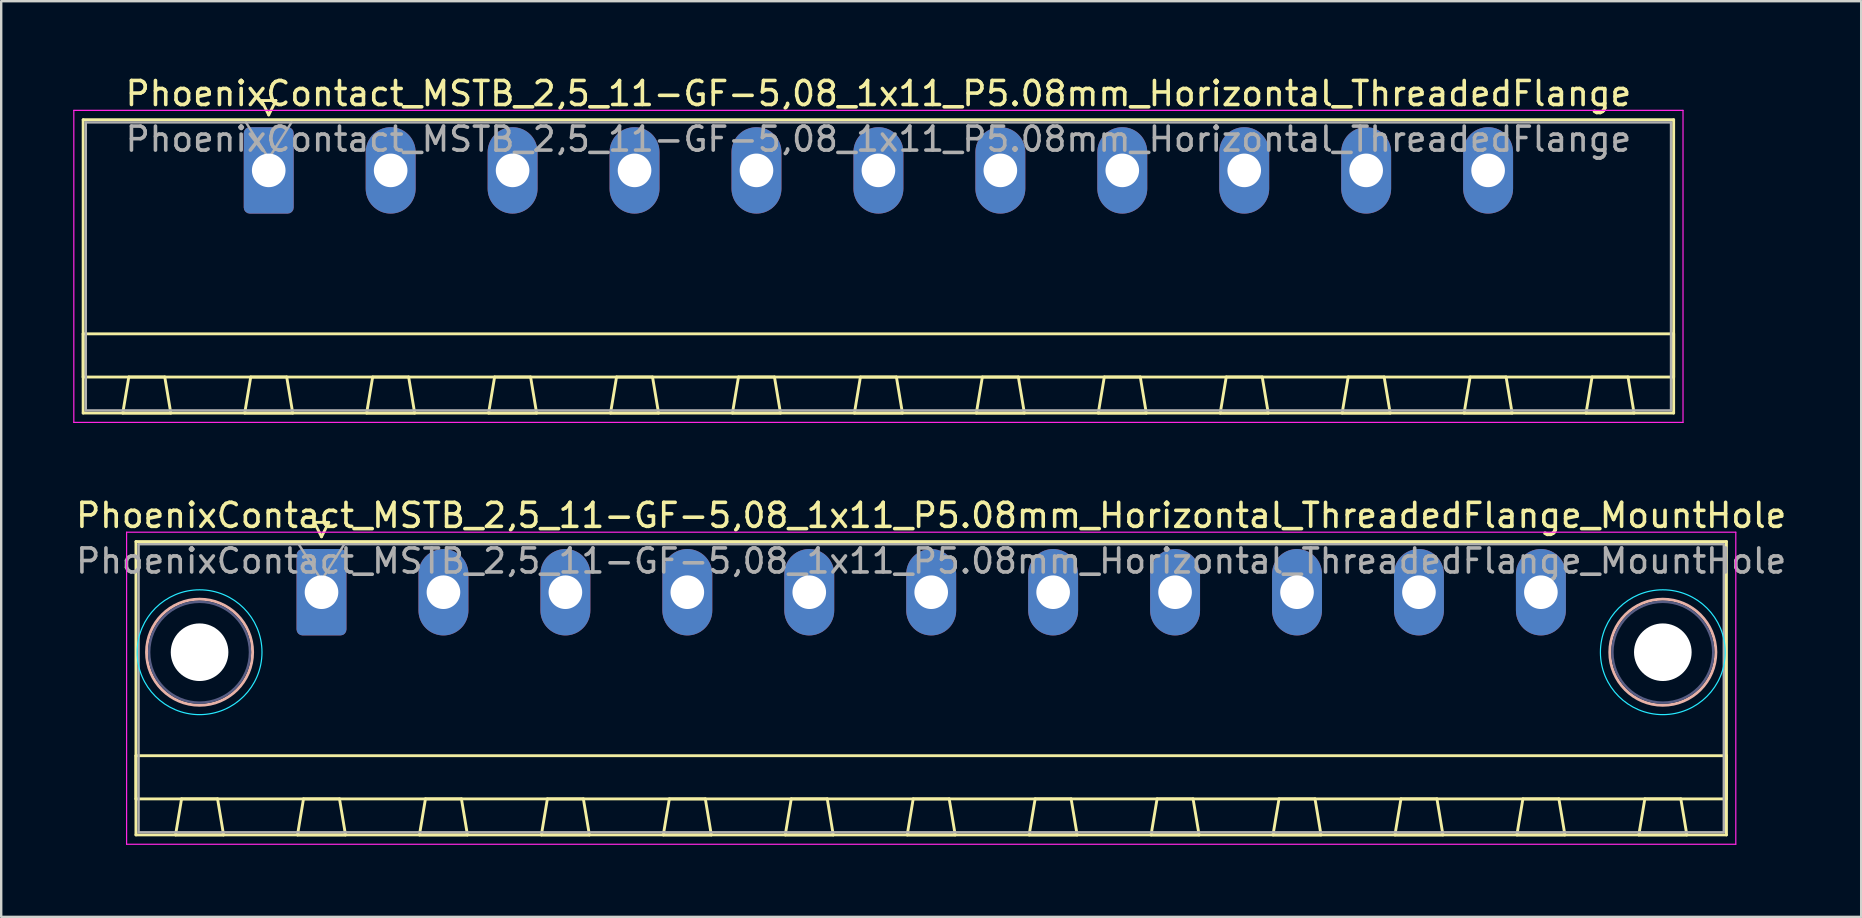
<source format=kicad_pcb>
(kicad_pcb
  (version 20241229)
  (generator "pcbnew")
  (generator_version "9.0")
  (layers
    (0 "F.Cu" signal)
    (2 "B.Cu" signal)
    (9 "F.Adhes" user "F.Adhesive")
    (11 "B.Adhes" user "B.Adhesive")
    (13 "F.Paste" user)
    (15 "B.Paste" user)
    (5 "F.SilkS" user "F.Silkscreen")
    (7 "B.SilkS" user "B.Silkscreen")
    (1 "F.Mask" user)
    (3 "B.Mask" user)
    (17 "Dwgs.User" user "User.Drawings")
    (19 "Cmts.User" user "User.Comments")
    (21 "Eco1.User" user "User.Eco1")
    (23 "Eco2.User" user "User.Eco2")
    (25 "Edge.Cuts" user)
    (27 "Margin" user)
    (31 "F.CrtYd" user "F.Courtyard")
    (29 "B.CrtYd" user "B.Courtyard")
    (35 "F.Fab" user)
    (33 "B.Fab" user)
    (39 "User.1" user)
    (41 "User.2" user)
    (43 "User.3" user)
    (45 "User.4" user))
  (footprint "PhoenixContact_MSTB_2,5_11-GF-5,08_1x11_P5.08mm_Horizontal_ThreadedFlange"
    (layer "F.Cu")
    (at 8.145 4.048)
    (property "Reference" "PhoenixContact_MSTB_2,5_11-GF-5,08_1x11_P5.08mm_Horizontal_ThreadedFlange" (at 25.4 -3.2 0) (layer "F.SilkS") (effects (font (size 1 1) (thickness 0.15))))
    (attr through_hole)
    (fp_line (start -7.73 -2.11) (end -7.73 10.11) (stroke (width 0.12) (type solid)) (layer "F.SilkS"))
    (fp_line (start -7.73 6.81) (end 58.53 6.81) (stroke (width 0.12) (type solid)) (layer "F.SilkS"))
    (fp_line (start -7.73 8.61) (end -7.73 6.81) (stroke (width 0.12) (type solid)) (layer "F.SilkS"))
    (fp_line (start -7.73 10.11) (end 58.53 10.11) (stroke (width 0.12) (type solid)) (layer "F.SilkS"))
    (fp_line (start -6.08 10.11) (end -4.08 10.11) (stroke (width 0.12) (type solid)) (layer "F.SilkS"))
    (fp_line (start -5.83 8.61) (end -6.08 10.11) (stroke (width 0.12) (type solid)) (layer "F.SilkS"))
    (fp_line (start -4.33 8.61) (end -5.83 8.61) (stroke (width 0.12) (type solid)) (layer "F.SilkS"))
    (fp_line (start -4.08 10.11) (end -4.33 8.61) (stroke (width 0.12) (type solid)) (layer "F.SilkS"))
    (fp_line (start -1 10.11) (end 1 10.11) (stroke (width 0.12) (type solid)) (layer "F.SilkS"))
    (fp_line (start -0.75 8.61) (end -1 10.11) (stroke (width 0.12) (type solid)) (layer "F.SilkS"))
    (fp_line (start -0.3 -2.91) (end 0.3 -2.91) (stroke (width 0.12) (type solid)) (layer "F.SilkS"))
    (fp_line (start 0 -2.31) (end -0.3 -2.91) (stroke (width 0.12) (type solid)) (layer "F.SilkS"))
    (fp_line (start 0.3 -2.91) (end 0 -2.31) (stroke (width 0.12) (type solid)) (layer "F.SilkS"))
    (fp_line (start 0.75 8.61) (end -0.75 8.61) (stroke (width 0.12) (type solid)) (layer "F.SilkS"))
    (fp_line (start 1 10.11) (end 0.75 8.61) (stroke (width 0.12) (type solid)) (layer "F.SilkS"))
    (fp_line (start 4.08 10.11) (end 6.08 10.11) (stroke (width 0.12) (type solid)) (layer "F.SilkS"))
    (fp_line (start 4.33 8.61) (end 4.08 10.11) (stroke (width 0.12) (type solid)) (layer "F.SilkS"))
    (fp_line (start 5.83 8.61) (end 4.33 8.61) (stroke (width 0.12) (type solid)) (layer "F.SilkS"))
    (fp_line (start 6.08 10.11) (end 5.83 8.61) (stroke (width 0.12) (type solid)) (layer "F.SilkS"))
    (fp_line (start 9.16 10.11) (end 11.16 10.11) (stroke (width 0.12) (type solid)) (layer "F.SilkS"))
    (fp_line (start 9.41 8.61) (end 9.16 10.11) (stroke (width 0.12) (type solid)) (layer "F.SilkS"))
    (fp_line (start 10.91 8.61) (end 9.41 8.61) (stroke (width 0.12) (type solid)) (layer "F.SilkS"))
    (fp_line (start 11.16 10.11) (end 10.91 8.61) (stroke (width 0.12) (type solid)) (layer "F.SilkS"))
    (fp_line (start 14.24 10.11) (end 16.24 10.11) (stroke (width 0.12) (type solid)) (layer "F.SilkS"))
    (fp_line (start 14.49 8.61) (end 14.24 10.11) (stroke (width 0.12) (type solid)) (layer "F.SilkS"))
    (fp_line (start 15.99 8.61) (end 14.49 8.61) (stroke (width 0.12) (type solid)) (layer "F.SilkS"))
    (fp_line (start 16.24 10.11) (end 15.99 8.61) (stroke (width 0.12) (type solid)) (layer "F.SilkS"))
    (fp_line (start 19.32 10.11) (end 21.32 10.11) (stroke (width 0.12) (type solid)) (layer "F.SilkS"))
    (fp_line (start 19.57 8.61) (end 19.32 10.11) (stroke (width 0.12) (type solid)) (layer "F.SilkS"))
    (fp_line (start 21.07 8.61) (end 19.57 8.61) (stroke (width 0.12) (type solid)) (layer "F.SilkS"))
    (fp_line (start 21.32 10.11) (end 21.07 8.61) (stroke (width 0.12) (type solid)) (layer "F.SilkS"))
    (fp_line (start 24.4 10.11) (end 26.4 10.11) (stroke (width 0.12) (type solid)) (layer "F.SilkS"))
    (fp_line (start 24.65 8.61) (end 24.4 10.11) (stroke (width 0.12) (type solid)) (layer "F.SilkS"))
    (fp_line (start 26.15 8.61) (end 24.65 8.61) (stroke (width 0.12) (type solid)) (layer "F.SilkS"))
    (fp_line (start 26.4 10.11) (end 26.15 8.61) (stroke (width 0.12) (type solid)) (layer "F.SilkS"))
    (fp_line (start 29.48 10.11) (end 31.48 10.11) (stroke (width 0.12) (type solid)) (layer "F.SilkS"))
    (fp_line (start 29.73 8.61) (end 29.48 10.11) (stroke (width 0.12) (type solid)) (layer "F.SilkS"))
    (fp_line (start 31.23 8.61) (end 29.73 8.61) (stroke (width 0.12) (type solid)) (layer "F.SilkS"))
    (fp_line (start 31.48 10.11) (end 31.23 8.61) (stroke (width 0.12) (type solid)) (layer "F.SilkS"))
    (fp_line (start 34.56 10.11) (end 36.56 10.11) (stroke (width 0.12) (type solid)) (layer "F.SilkS"))
    (fp_line (start 34.81 8.61) (end 34.56 10.11) (stroke (width 0.12) (type solid)) (layer "F.SilkS"))
    (fp_line (start 36.31 8.61) (end 34.81 8.61) (stroke (width 0.12) (type solid)) (layer "F.SilkS"))
    (fp_line (start 36.56 10.11) (end 36.31 8.61) (stroke (width 0.12) (type solid)) (layer "F.SilkS"))
    (fp_line (start 39.64 10.11) (end 41.64 10.11) (stroke (width 0.12) (type solid)) (layer "F.SilkS"))
    (fp_line (start 39.89 8.61) (end 39.64 10.11) (stroke (width 0.12) (type solid)) (layer "F.SilkS"))
    (fp_line (start 41.39 8.61) (end 39.89 8.61) (stroke (width 0.12) (type solid)) (layer "F.SilkS"))
    (fp_line (start 41.64 10.11) (end 41.39 8.61) (stroke (width 0.12) (type solid)) (layer "F.SilkS"))
    (fp_line (start 44.72 10.11) (end 46.72 10.11) (stroke (width 0.12) (type solid)) (layer "F.SilkS"))
    (fp_line (start 44.97 8.61) (end 44.72 10.11) (stroke (width 0.12) (type solid)) (layer "F.SilkS"))
    (fp_line (start 46.47 8.61) (end 44.97 8.61) (stroke (width 0.12) (type solid)) (layer "F.SilkS"))
    (fp_line (start 46.72 10.11) (end 46.47 8.61) (stroke (width 0.12) (type solid)) (layer "F.SilkS"))
    (fp_line (start 49.8 10.11) (end 51.8 10.11) (stroke (width 0.12) (type solid)) (layer "F.SilkS"))
    (fp_line (start 50.05 8.61) (end 49.8 10.11) (stroke (width 0.12) (type solid)) (layer "F.SilkS"))
    (fp_line (start 51.55 8.61) (end 50.05 8.61) (stroke (width 0.12) (type solid)) (layer "F.SilkS"))
    (fp_line (start 51.8 10.11) (end 51.55 8.61) (stroke (width 0.12) (type solid)) (layer "F.SilkS"))
    (fp_line (start 54.88 10.11) (end 56.88 10.11) (stroke (width 0.12) (type solid)) (layer "F.SilkS"))
    (fp_line (start 55.13 8.61) (end 54.88 10.11) (stroke (width 0.12) (type solid)) (layer "F.SilkS"))
    (fp_line (start 56.63 8.61) (end 55.13 8.61) (stroke (width 0.12) (type solid)) (layer "F.SilkS"))
    (fp_line (start 56.88 10.11) (end 56.63 8.61) (stroke (width 0.12) (type solid)) (layer "F.SilkS"))
    (fp_line (start 58.53 -2.11) (end -7.73 -2.11) (stroke (width 0.12) (type solid)) (layer "F.SilkS"))
    (fp_line (start 58.53 6.81) (end 58.53 8.61) (stroke (width 0.12) (type solid)) (layer "F.SilkS"))
    (fp_line (start 58.53 8.61) (end -7.73 8.61) (stroke (width 0.12) (type solid)) (layer "F.SilkS"))
    (fp_line (start 58.53 10.11) (end 58.53 -2.11) (stroke (width 0.12) (type solid)) (layer "F.SilkS"))
    (fp_line (start -8.12 -2.5) (end -8.12 10.5) (stroke (width 0.05) (type solid)) (layer "F.CrtYd"))
    (fp_line (start -8.12 10.5) (end 58.92 10.5) (stroke (width 0.05) (type solid)) (layer "F.CrtYd"))
    (fp_line (start 58.92 -2.5) (end -8.12 -2.5) (stroke (width 0.05) (type solid)) (layer "F.CrtYd"))
    (fp_line (start 58.92 10.5) (end 58.92 -2.5) (stroke (width 0.05) (type solid)) (layer "F.CrtYd"))
    (fp_line (start -7.62 -2) (end -7.62 10) (stroke (width 0.1) (type solid)) (layer "F.Fab"))
    (fp_line (start -7.62 10) (end 58.42 10) (stroke (width 0.1) (type solid)) (layer "F.Fab"))
    (fp_line (start 0 -0.5) (end -0.95 -2) (stroke (width 0.1) (type solid)) (layer "F.Fab"))
    (fp_line (start 0.95 -2) (end 0 -0.5) (stroke (width 0.1) (type solid)) (layer "F.Fab"))
    (fp_line (start 58.42 -2) (end -7.62 -2) (stroke (width 0.1) (type solid)) (layer "F.Fab"))
    (fp_line (start 58.42 10) (end 58.42 -2) (stroke (width 0.1) (type solid)) (layer "F.Fab"))
    (fp_text user "${REFERENCE}" (at 25.4 -1.3 0) (layer "F.Fab") (effects (font (size 1 1) (thickness 0.15))))
    (pad "1" thru_hole roundrect (at 0 0) (size 2.08 3.6) (drill 1.4) (layers "*.Cu" "*.Mask") (roundrect_rratio 0.12))
    (pad "2" thru_hole oval (at 5.08 0) (size 2.08 3.6) (drill 1.4) (layers "*.Cu" "*.Mask"))
    (pad "3" thru_hole oval (at 10.16 0) (size 2.08 3.6) (drill 1.4) (layers "*.Cu" "*.Mask"))
    (pad "4" thru_hole oval (at 15.24 0) (size 2.08 3.6) (drill 1.4) (layers "*.Cu" "*.Mask"))
    (pad "5" thru_hole oval (at 20.32 0) (size 2.08 3.6) (drill 1.4) (layers "*.Cu" "*.Mask"))
    (pad "6" thru_hole oval (at 25.4 0) (size 2.08 3.6) (drill 1.4) (layers "*.Cu" "*.Mask"))
    (pad "7" thru_hole oval (at 30.48 0) (size 2.08 3.6) (drill 1.4) (layers "*.Cu" "*.Mask"))
    (pad "8" thru_hole oval (at 35.56 0) (size 2.08 3.6) (drill 1.4) (layers "*.Cu" "*.Mask"))
    (pad "9" thru_hole oval (at 40.64 0) (size 2.08 3.6) (drill 1.4) (layers "*.Cu" "*.Mask"))
    (pad "10" thru_hole oval (at 45.72 0) (size 2.08 3.6) (drill 1.4) (layers "*.Cu" "*.Mask"))
    (pad "11" thru_hole oval (at 50.8 0) (size 2.08 3.6) (drill 1.4) (layers "*.Cu" "*.Mask")))
  (footprint "PhoenixContact_MSTB_2,5_11-GF-5,08_1x11_P5.08mm_Horizontal_ThreadedFlange_MountHole"
    (layer "F.Cu")
    (at 10.344 21.622)
    (property "Reference" "PhoenixContact_MSTB_2,5_11-GF-5,08_1x11_P5.08mm_Horizontal_ThreadedFlange_MountHole" (at 25.4 -3.2 0) (layer "F.SilkS") (effects (font (size 1 1) (thickness 0.15))))
    (attr through_hole)
    (fp_line (start -7.73 -2.11) (end -7.73 10.11) (stroke (width 0.12) (type solid)) (layer "F.SilkS"))
    (fp_line (start -7.73 6.81) (end 58.53 6.81) (stroke (width 0.12) (type solid)) (layer "F.SilkS"))
    (fp_line (start -7.73 8.61) (end -7.73 6.81) (stroke (width 0.12) (type solid)) (layer "F.SilkS"))
    (fp_line (start -7.73 10.11) (end 58.53 10.11) (stroke (width 0.12) (type solid)) (layer "F.SilkS"))
    (fp_line (start -6.08 10.11) (end -4.08 10.11) (stroke (width 0.12) (type solid)) (layer "F.SilkS"))
    (fp_line (start -5.83 8.61) (end -6.08 10.11) (stroke (width 0.12) (type solid)) (layer "F.SilkS"))
    (fp_line (start -4.33 8.61) (end -5.83 8.61) (stroke (width 0.12) (type solid)) (layer "F.SilkS"))
    (fp_line (start -4.08 10.11) (end -4.33 8.61) (stroke (width 0.12) (type solid)) (layer "F.SilkS"))
    (fp_line (start -1 10.11) (end 1 10.11) (stroke (width 0.12) (type solid)) (layer "F.SilkS"))
    (fp_line (start -0.75 8.61) (end -1 10.11) (stroke (width 0.12) (type solid)) (layer "F.SilkS"))
    (fp_line (start -0.3 -2.91) (end 0.3 -2.91) (stroke (width 0.12) (type solid)) (layer "F.SilkS"))
    (fp_line (start 0 -2.31) (end -0.3 -2.91) (stroke (width 0.12) (type solid)) (layer "F.SilkS"))
    (fp_line (start 0.3 -2.91) (end 0 -2.31) (stroke (width 0.12) (type solid)) (layer "F.SilkS"))
    (fp_line (start 0.75 8.61) (end -0.75 8.61) (stroke (width 0.12) (type solid)) (layer "F.SilkS"))
    (fp_line (start 1 10.11) (end 0.75 8.61) (stroke (width 0.12) (type solid)) (layer "F.SilkS"))
    (fp_line (start 4.08 10.11) (end 6.08 10.11) (stroke (width 0.12) (type solid)) (layer "F.SilkS"))
    (fp_line (start 4.33 8.61) (end 4.08 10.11) (stroke (width 0.12) (type solid)) (layer "F.SilkS"))
    (fp_line (start 5.83 8.61) (end 4.33 8.61) (stroke (width 0.12) (type solid)) (layer "F.SilkS"))
    (fp_line (start 6.08 10.11) (end 5.83 8.61) (stroke (width 0.12) (type solid)) (layer "F.SilkS"))
    (fp_line (start 9.16 10.11) (end 11.16 10.11) (stroke (width 0.12) (type solid)) (layer "F.SilkS"))
    (fp_line (start 9.41 8.61) (end 9.16 10.11) (stroke (width 0.12) (type solid)) (layer "F.SilkS"))
    (fp_line (start 10.91 8.61) (end 9.41 8.61) (stroke (width 0.12) (type solid)) (layer "F.SilkS"))
    (fp_line (start 11.16 10.11) (end 10.91 8.61) (stroke (width 0.12) (type solid)) (layer "F.SilkS"))
    (fp_line (start 14.24 10.11) (end 16.24 10.11) (stroke (width 0.12) (type solid)) (layer "F.SilkS"))
    (fp_line (start 14.49 8.61) (end 14.24 10.11) (stroke (width 0.12) (type solid)) (layer "F.SilkS"))
    (fp_line (start 15.99 8.61) (end 14.49 8.61) (stroke (width 0.12) (type solid)) (layer "F.SilkS"))
    (fp_line (start 16.24 10.11) (end 15.99 8.61) (stroke (width 0.12) (type solid)) (layer "F.SilkS"))
    (fp_line (start 19.32 10.11) (end 21.32 10.11) (stroke (width 0.12) (type solid)) (layer "F.SilkS"))
    (fp_line (start 19.57 8.61) (end 19.32 10.11) (stroke (width 0.12) (type solid)) (layer "F.SilkS"))
    (fp_line (start 21.07 8.61) (end 19.57 8.61) (stroke (width 0.12) (type solid)) (layer "F.SilkS"))
    (fp_line (start 21.32 10.11) (end 21.07 8.61) (stroke (width 0.12) (type solid)) (layer "F.SilkS"))
    (fp_line (start 24.4 10.11) (end 26.4 10.11) (stroke (width 0.12) (type solid)) (layer "F.SilkS"))
    (fp_line (start 24.65 8.61) (end 24.4 10.11) (stroke (width 0.12) (type solid)) (layer "F.SilkS"))
    (fp_line (start 26.15 8.61) (end 24.65 8.61) (stroke (width 0.12) (type solid)) (layer "F.SilkS"))
    (fp_line (start 26.4 10.11) (end 26.15 8.61) (stroke (width 0.12) (type solid)) (layer "F.SilkS"))
    (fp_line (start 29.48 10.11) (end 31.48 10.11) (stroke (width 0.12) (type solid)) (layer "F.SilkS"))
    (fp_line (start 29.73 8.61) (end 29.48 10.11) (stroke (width 0.12) (type solid)) (layer "F.SilkS"))
    (fp_line (start 31.23 8.61) (end 29.73 8.61) (stroke (width 0.12) (type solid)) (layer "F.SilkS"))
    (fp_line (start 31.48 10.11) (end 31.23 8.61) (stroke (width 0.12) (type solid)) (layer "F.SilkS"))
    (fp_line (start 34.56 10.11) (end 36.56 10.11) (stroke (width 0.12) (type solid)) (layer "F.SilkS"))
    (fp_line (start 34.81 8.61) (end 34.56 10.11) (stroke (width 0.12) (type solid)) (layer "F.SilkS"))
    (fp_line (start 36.31 8.61) (end 34.81 8.61) (stroke (width 0.12) (type solid)) (layer "F.SilkS"))
    (fp_line (start 36.56 10.11) (end 36.31 8.61) (stroke (width 0.12) (type solid)) (layer "F.SilkS"))
    (fp_line (start 39.64 10.11) (end 41.64 10.11) (stroke (width 0.12) (type solid)) (layer "F.SilkS"))
    (fp_line (start 39.89 8.61) (end 39.64 10.11) (stroke (width 0.12) (type solid)) (layer "F.SilkS"))
    (fp_line (start 41.39 8.61) (end 39.89 8.61) (stroke (width 0.12) (type solid)) (layer "F.SilkS"))
    (fp_line (start 41.64 10.11) (end 41.39 8.61) (stroke (width 0.12) (type solid)) (layer "F.SilkS"))
    (fp_line (start 44.72 10.11) (end 46.72 10.11) (stroke (width 0.12) (type solid)) (layer "F.SilkS"))
    (fp_line (start 44.97 8.61) (end 44.72 10.11) (stroke (width 0.12) (type solid)) (layer "F.SilkS"))
    (fp_line (start 46.47 8.61) (end 44.97 8.61) (stroke (width 0.12) (type solid)) (layer "F.SilkS"))
    (fp_line (start 46.72 10.11) (end 46.47 8.61) (stroke (width 0.12) (type solid)) (layer "F.SilkS"))
    (fp_line (start 49.8 10.11) (end 51.8 10.11) (stroke (width 0.12) (type solid)) (layer "F.SilkS"))
    (fp_line (start 50.05 8.61) (end 49.8 10.11) (stroke (width 0.12) (type solid)) (layer "F.SilkS"))
    (fp_line (start 51.55 8.61) (end 50.05 8.61) (stroke (width 0.12) (type solid)) (layer "F.SilkS"))
    (fp_line (start 51.8 10.11) (end 51.55 8.61) (stroke (width 0.12) (type solid)) (layer "F.SilkS"))
    (fp_line (start 54.88 10.11) (end 56.88 10.11) (stroke (width 0.12) (type solid)) (layer "F.SilkS"))
    (fp_line (start 55.13 8.61) (end 54.88 10.11) (stroke (width 0.12) (type solid)) (layer "F.SilkS"))
    (fp_line (start 56.63 8.61) (end 55.13 8.61) (stroke (width 0.12) (type solid)) (layer "F.SilkS"))
    (fp_line (start 56.88 10.11) (end 56.63 8.61) (stroke (width 0.12) (type solid)) (layer "F.SilkS"))
    (fp_line (start 58.53 -2.11) (end -7.73 -2.11) (stroke (width 0.12) (type solid)) (layer "F.SilkS"))
    (fp_line (start 58.53 6.81) (end 58.53 8.61) (stroke (width 0.12) (type solid)) (layer "F.SilkS"))
    (fp_line (start 58.53 8.61) (end -7.73 8.61) (stroke (width 0.12) (type solid)) (layer "F.SilkS"))
    (fp_line (start 58.53 10.11) (end 58.53 -2.11) (stroke (width 0.12) (type solid)) (layer "F.SilkS"))
    (fp_circle (center -5.08 2.5) (end -2.87 2.5) (stroke (width 0.12) (type solid)) (fill no) (layer "B.SilkS"))
    (fp_circle (center 55.88 2.5) (end 58.09 2.5) (stroke (width 0.12) (type solid)) (fill no) (layer "B.SilkS"))
    (fp_circle (center -5.08 2.5) (end -2.48 2.5) (stroke (width 0.05) (type solid)) (fill no) (layer "B.CrtYd"))
    (fp_circle (center 55.88 2.5) (end 58.48 2.5) (stroke (width 0.05) (type solid)) (fill no) (layer "B.CrtYd"))
    (fp_line (start -8.12 -2.5) (end -8.12 10.5) (stroke (width 0.05) (type solid)) (layer "F.CrtYd"))
    (fp_line (start -8.12 10.5) (end 58.92 10.5) (stroke (width 0.05) (type solid)) (layer "F.CrtYd"))
    (fp_line (start 58.92 -2.5) (end -8.12 -2.5) (stroke (width 0.05) (type solid)) (layer "F.CrtYd"))
    (fp_line (start 58.92 10.5) (end 58.92 -2.5) (stroke (width 0.05) (type solid)) (layer "F.CrtYd"))
    (fp_circle (center -5.08 2.5) (end -2.98 2.5) (stroke (width 0.1) (type solid)) (fill no) (layer "B.Fab"))
    (fp_circle (center 55.88 2.5) (end 57.98 2.5) (stroke (width 0.1) (type solid)) (fill no) (layer "B.Fab"))
    (fp_line (start -7.62 -2) (end -7.62 10) (stroke (width 0.1) (type solid)) (layer "F.Fab"))
    (fp_line (start -7.62 10) (end 58.42 10) (stroke (width 0.1) (type solid)) (layer "F.Fab"))
    (fp_line (start 0 -0.5) (end -0.95 -2) (stroke (width 0.1) (type solid)) (layer "F.Fab"))
    (fp_line (start 0.95 -2) (end 0 -0.5) (stroke (width 0.1) (type solid)) (layer "F.Fab"))
    (fp_line (start 58.42 -2) (end -7.62 -2) (stroke (width 0.1) (type solid)) (layer "F.Fab"))
    (fp_line (start 58.42 10) (end 58.42 -2) (stroke (width 0.1) (type solid)) (layer "F.Fab"))
    (fp_text user "${REFERENCE}" (at 25.4 -1.3 0) (layer "F.Fab") (effects (font (size 1 1) (thickness 0.15))))
    (pad "" np_thru_hole circle (at -5.08 2.5) (size 2.4 2.4) (drill 2.4) (layers "*.Cu" "*.Mask"))
    (pad "" np_thru_hole circle (at 55.88 2.5) (size 2.4 2.4) (drill 2.4) (layers "*.Cu" "*.Mask"))
    (pad "1" thru_hole roundrect (at 0 0) (size 2.08 3.6) (drill 1.4) (layers "*.Cu" "*.Mask") (roundrect_rratio 0.12))
    (pad "2" thru_hole oval (at 5.08 0) (size 2.08 3.6) (drill 1.4) (layers "*.Cu" "*.Mask"))
    (pad "3" thru_hole oval (at 10.16 0) (size 2.08 3.6) (drill 1.4) (layers "*.Cu" "*.Mask"))
    (pad "4" thru_hole oval (at 15.24 0) (size 2.08 3.6) (drill 1.4) (layers "*.Cu" "*.Mask"))
    (pad "5" thru_hole oval (at 20.32 0) (size 2.08 3.6) (drill 1.4) (layers "*.Cu" "*.Mask"))
    (pad "6" thru_hole oval (at 25.4 0) (size 2.08 3.6) (drill 1.4) (layers "*.Cu" "*.Mask"))
    (pad "7" thru_hole oval (at 30.48 0) (size 2.08 3.6) (drill 1.4) (layers "*.Cu" "*.Mask"))
    (pad "8" thru_hole oval (at 35.56 0) (size 2.08 3.6) (drill 1.4) (layers "*.Cu" "*.Mask"))
    (pad "9" thru_hole oval (at 40.64 0) (size 2.08 3.6) (drill 1.4) (layers "*.Cu" "*.Mask"))
    (pad "10" thru_hole oval (at 45.72 0) (size 2.08 3.6) (drill 1.4) (layers "*.Cu" "*.Mask"))
    (pad "11" thru_hole oval (at 50.8 0) (size 2.08 3.6) (drill 1.4) (layers "*.Cu" "*.Mask")))
  (gr_rect
    (start -3 -3)
    (end 74.488 35.147)
    (stroke (width 0.1) (type default))
    (fill no)
    (layer "Edge.Cuts")))
</source>
